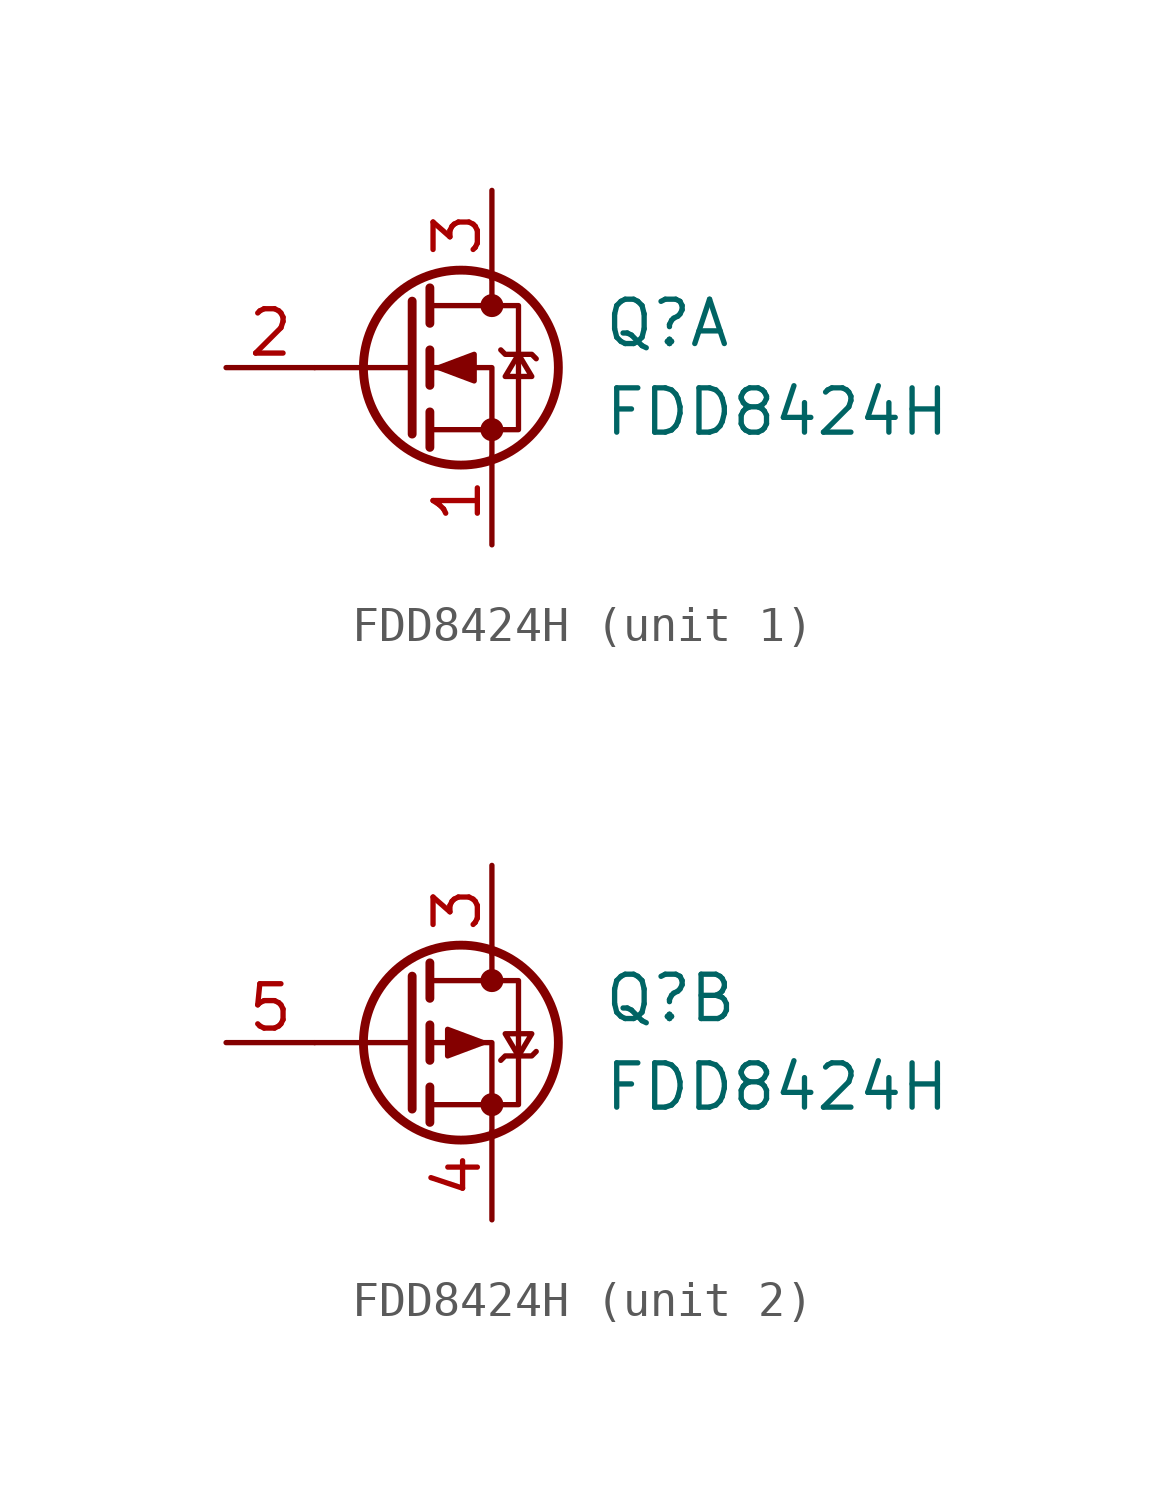
<source format=kicad_sym>
(kicad_symbol_lib
  (version 20211014)
  (generator kicad_symbol_editor)
  (symbol "FDD8424H"
    (pin_names hide)
    (property "Reference" "Q"
      (at 3.175 1.27 0)
      (effects (font (size 1.27 1.27)) (justify left)))
    (property "Value" "FDD8424H"
      (at 3.175 -1.27 0)
      (effects (font (size 1.27 1.27)) (justify left)))
    (symbol "FDD8424H_0_1"
      (circle (center -0.889 0) (radius 2.794) (stroke (width 0.254) (type default) (color 0 0 0 0)) (fill (type none)))
      (circle (center 0 -1.778) (radius 0.254) (stroke (width 0) (type default) (color 0 0 0 0)) (fill (type outline)))
      (polyline (pts (xy -2.286 0) (xy -5.08 0)) (stroke (width 0) (type default) (color 0 0 0 0)) (fill (type none)))
      (polyline (pts (xy -2.286 1.905) (xy -2.286 -1.905)) (stroke (width 0.254) (type default) (color 0 0 0 0)) (fill (type none)))
      (polyline (pts (xy -1.778 -1.27) (xy -1.778 -2.286)) (stroke (width 0.254) (type default) (color 0 0 0 0)) (fill (type none)))
      (polyline (pts (xy -1.778 0.508) (xy -1.778 -0.508)) (stroke (width 0.254) (type default) (color 0 0 0 0)) (fill (type none)))
      (polyline (pts (xy -1.778 2.286) (xy -1.778 1.27)) (stroke (width 0.254) (type default) (color 0 0 0 0)) (fill (type none)))
      (polyline (pts (xy 0 2.54) (xy 0 1.778)) (stroke (width 0) (type default) (color 0 0 0 0)) (fill (type none)))
      (polyline (pts (xy 0 -2.54) (xy 0 0) (xy -1.778 0)) (stroke (width 0) (type default) (color 0 0 0 0)) (fill (type none)))
      (polyline (pts (xy -1.778 -1.778) (xy 0.762 -1.778) (xy 0.762 1.778) (xy -1.778 1.778)) (stroke (width 0) (type default) (color 0 0 0 0)) (fill (type none)))
      (circle (center 0 1.778) (radius 0.254) (stroke (width 0) (type default) (color 0 0 0 0)) (fill (type outline))))
    (symbol "FDD8424H_1_1"
      (polyline (pts (xy -1.524 0) (xy -0.508 0.381) (xy -0.508 -0.381) (xy -1.524 0)) (stroke (width 0) (type default) (color 0 0 0 0)) (fill (type outline)))
      (polyline (pts (xy 0.254 0.508) (xy 0.381 0.381) (xy 1.143 0.381) (xy 1.27 0.254)) (stroke (width 0) (type default) (color 0 0 0 0)) (fill (type none)))
      (polyline (pts (xy 0.762 0.381) (xy 0.381 -0.254) (xy 1.143 -0.254) (xy 0.762 0.381)) (stroke (width 0) (type default) (color 0 0 0 0)) (fill (type none)))
      (pin passive line (at 0 -5.08 90) (length 2.54) (name "S" (effects (font (size 1.27 1.27)))) (number "1" (effects (font (size 1.27 1.27)))))
      (pin passive line (at -7.62 0 0) (length 2.54) (name "G" (effects (font (size 1.27 1.27)))) (number "2" (effects (font (size 1.27 1.27)))))
      (pin passive line (at 0 5.08 270) (length 2.54) (name "D" (effects (font (size 1.27 1.27)))) (number "3" (effects (font (size 1.27 1.27))))))
    (symbol "FDD8424H_2_1"
      (polyline (pts (xy -0.254 0) (xy -1.27 0.381) (xy -1.27 -0.381) (xy -0.254 0)) (stroke (width 0) (type default) (color 0 0 0 0)) (fill (type outline)))
      (polyline (pts (xy 0.254 -0.508) (xy 0.381 -0.381) (xy 1.143 -0.381) (xy 1.27 -0.254)) (stroke (width 0) (type default) (color 0 0 0 0)) (fill (type none)))
      (polyline (pts (xy 0.762 -0.381) (xy 0.381 0.254) (xy 1.143 0.254) (xy 0.762 -0.381)) (stroke (width 0) (type default) (color 0 0 0 0)) (fill (type none)))
      (pin passive line (at 0 5.08 270) (length 2.54) (name "D" (effects (font (size 1.27 1.27)))) (number "3" (effects (font (size 1.27 1.27)))))
      (pin passive line (at 0 -5.08 90) (length 2.54) (name "S" (effects (font (size 1.27 1.27)))) (number "4" (effects (font (size 1.27 1.27)))))
      (pin passive line (at -7.62 0 0) (length 2.54) (name "G" (effects (font (size 1.27 1.27)))) (number "5" (effects (font (size 1.27 1.27))))))))
</source>
